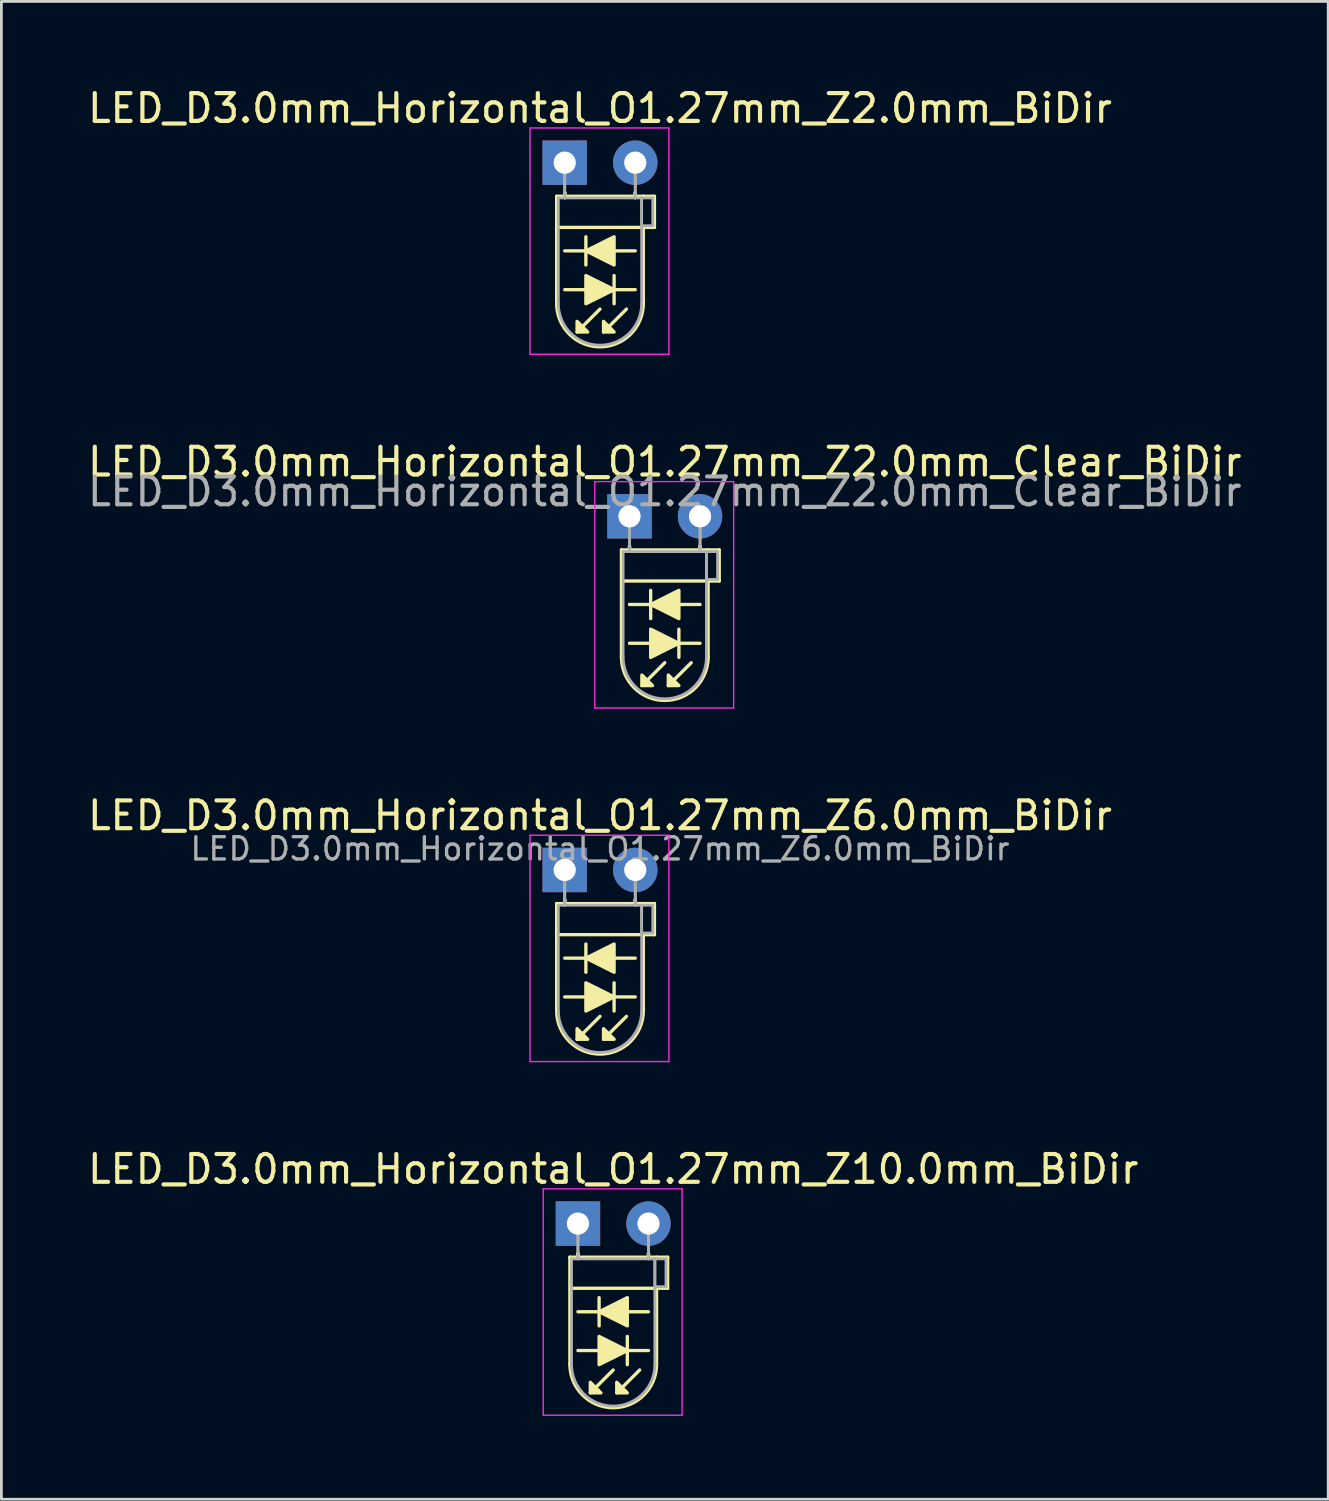
<source format=kicad_pcb>
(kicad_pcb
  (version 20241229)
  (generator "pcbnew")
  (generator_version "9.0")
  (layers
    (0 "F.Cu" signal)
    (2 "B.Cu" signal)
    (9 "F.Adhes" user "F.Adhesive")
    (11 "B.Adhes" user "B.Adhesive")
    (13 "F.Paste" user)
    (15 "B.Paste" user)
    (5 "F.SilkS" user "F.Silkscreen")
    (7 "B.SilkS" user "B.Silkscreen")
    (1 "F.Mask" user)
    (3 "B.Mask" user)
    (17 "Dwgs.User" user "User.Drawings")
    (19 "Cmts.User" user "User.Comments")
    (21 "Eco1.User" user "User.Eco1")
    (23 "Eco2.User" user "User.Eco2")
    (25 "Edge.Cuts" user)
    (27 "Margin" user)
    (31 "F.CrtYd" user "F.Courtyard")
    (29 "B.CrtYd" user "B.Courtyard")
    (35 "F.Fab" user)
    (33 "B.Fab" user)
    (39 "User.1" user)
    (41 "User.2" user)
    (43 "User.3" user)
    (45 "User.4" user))
  (footprint "LED_D3.0mm_Horizontal_O1.27mm_Z10.0mm_BiDir"
    (layer "F.Cu")
    (at 17.76 41.008)
    (property "Reference" "LED_D3.0mm_Horizontal_O1.27mm_Z10.0mm_BiDir" (at 1.27 -1.96 0) (layer "F.SilkS") (effects (font (size 1 1) (thickness 0.15))))
    (fp_line (start -0.29 1.21) (end -0.29 5.07) (stroke (width 0.12) (type solid)) (layer "F.SilkS"))
    (fp_line (start -0.29 1.21) (end 2.83 1.21) (stroke (width 0.12) (type solid)) (layer "F.SilkS"))
    (fp_line (start 0 1.08) (end 0 1.08) (stroke (width 0.12) (type solid)) (layer "F.SilkS"))
    (fp_line (start 0 1.08) (end 0 1.21) (stroke (width 0.12) (type solid)) (layer "F.SilkS"))
    (fp_line (start 0 1.21) (end 0 1.08) (stroke (width 0.12) (type solid)) (layer "F.SilkS"))
    (fp_line (start 0 1.21) (end 0 1.21) (stroke (width 0.12) (type solid)) (layer "F.SilkS"))
    (fp_line (start 0 4.572) (end 2.54 4.572) (stroke (width 0.12) (type solid)) (layer "F.SilkS"))
    (fp_line (start 0.762 2.667) (end 0.762 3.683) (stroke (width 0.12) (type solid)) (layer "F.SilkS"))
    (fp_line (start 1.27 5.271) (end 0.445 6.096) (stroke (width 0.12) (type solid)) (layer "F.SilkS"))
    (fp_line (start 1.778 5.08) (end 1.778 4.064) (stroke (width 0.12) (type solid)) (layer "F.SilkS"))
    (fp_line (start 2.223 5.271) (end 1.397 6.096) (stroke (width 0.12) (type solid)) (layer "F.SilkS"))
    (fp_line (start 2.54 1.08) (end 2.54 1.08) (stroke (width 0.12) (type solid)) (layer "F.SilkS"))
    (fp_line (start 2.54 1.08) (end 2.54 1.21) (stroke (width 0.12) (type solid)) (layer "F.SilkS"))
    (fp_line (start 2.54 1.21) (end 2.54 1.08) (stroke (width 0.12) (type solid)) (layer "F.SilkS"))
    (fp_line (start 2.54 1.21) (end 2.54 1.21) (stroke (width 0.12) (type solid)) (layer "F.SilkS"))
    (fp_line (start 2.54 3.175) (end 0 3.175) (stroke (width 0.12) (type solid)) (layer "F.SilkS"))
    (fp_line (start 2.83 1.21) (end 3.23 1.21) (stroke (width 0.12) (type solid)) (layer "F.SilkS"))
    (fp_line (start 2.83 2.33) (end 2.83 5.07) (stroke (width 0.12) (type solid)) (layer "F.SilkS"))
    (fp_line (start 3.23 1.21) (end 3.23 2.33) (stroke (width 0.12) (type solid)) (layer "F.SilkS"))
    (fp_line (start 3.23 2.33) (end -0.254 2.33) (stroke (width 0.12) (type solid)) (layer "F.SilkS"))
    (fp_arc (start 2.83 5.07) (mid 1.27 6.63) (end -0.29 5.07) (stroke (width 0.12) (type solid)) (layer "F.SilkS"))
    (fp_poly (pts (xy 0.445 5.715) (xy 0.826 6.096) (xy 0.445 6.096)) (stroke (width 0.12) (type solid)) (fill yes) (layer "F.SilkS"))
    (fp_poly (pts (xy 0.762 4.064) (xy 1.778 4.572) (xy 0.762 5.08)) (stroke (width 0.12) (type solid)) (fill yes) (layer "F.SilkS"))
    (fp_poly (pts (xy 1.397 5.715) (xy 1.778 6.096) (xy 1.397 6.096)) (stroke (width 0.12) (type solid)) (fill yes) (layer "F.SilkS"))
    (fp_poly (pts (xy 1.778 3.683) (xy 0.762 3.175) (xy 1.778 2.667)) (stroke (width 0.12) (type solid)) (fill yes) (layer "F.SilkS"))
    (fp_line (start -1.25 -1.25) (end -1.25 6.9) (stroke (width 0.05) (type solid)) (layer "F.CrtYd"))
    (fp_line (start -1.25 6.9) (end 3.75 6.9) (stroke (width 0.05) (type solid)) (layer "F.CrtYd"))
    (fp_line (start 3.75 -1.25) (end -1.25 -1.25) (stroke (width 0.05) (type solid)) (layer "F.CrtYd"))
    (fp_line (start 3.75 6.9) (end 3.75 -1.25) (stroke (width 0.05) (type solid)) (layer "F.CrtYd"))
    (fp_line (start -0.23 1.27) (end -0.23 5.07) (stroke (width 0.1) (type solid)) (layer "F.Fab"))
    (fp_line (start -0.23 1.27) (end 2.77 1.27) (stroke (width 0.1) (type solid)) (layer "F.Fab"))
    (fp_line (start 0 0) (end 0 0) (stroke (width 0.1) (type solid)) (layer "F.Fab"))
    (fp_line (start 0 0) (end 0 1.27) (stroke (width 0.1) (type solid)) (layer "F.Fab"))
    (fp_line (start 0 1.27) (end 0 0) (stroke (width 0.1) (type solid)) (layer "F.Fab"))
    (fp_line (start 0 1.27) (end 0 1.27) (stroke (width 0.1) (type solid)) (layer "F.Fab"))
    (fp_line (start 2.54 0) (end 2.54 0) (stroke (width 0.1) (type solid)) (layer "F.Fab"))
    (fp_line (start 2.54 0) (end 2.54 1.27) (stroke (width 0.1) (type solid)) (layer "F.Fab"))
    (fp_line (start 2.54 1.27) (end 2.54 0) (stroke (width 0.1) (type solid)) (layer "F.Fab"))
    (fp_line (start 2.54 1.27) (end 2.54 1.27) (stroke (width 0.1) (type solid)) (layer "F.Fab"))
    (fp_line (start 2.77 1.27) (end 2.77 5.07) (stroke (width 0.1) (type solid)) (layer "F.Fab"))
    (fp_line (start 2.77 1.27) (end 3.17 1.27) (stroke (width 0.1) (type solid)) (layer "F.Fab"))
    (fp_line (start 2.77 2.27) (end 2.77 1.27) (stroke (width 0.1) (type solid)) (layer "F.Fab"))
    (fp_line (start 3.17 1.27) (end 3.17 2.27) (stroke (width 0.1) (type solid)) (layer "F.Fab"))
    (fp_line (start 3.17 2.27) (end 2.77 2.27) (stroke (width 0.1) (type solid)) (layer "F.Fab"))
    (fp_arc (start 2.77 5.07) (mid 1.27 6.57) (end -0.23 5.07) (stroke (width 0.1) (type solid)) (layer "F.Fab"))
    (pad "1" thru_hole rect (at 0 0) (size 1.6 1.6) (drill 0.8) (layers "*.Cu" "*.Mask"))
    (pad "2" thru_hole circle (at 2.54 0) (size 1.6 1.6) (drill 0.8) (layers "*.Cu" "*.Mask")))
  (footprint "LED_D3.0mm_Horizontal_O1.27mm_Z6.0mm_BiDir"
    (layer "F.Cu")
    (at 17.284 28.275)
    (property "Reference" "LED_D3.0mm_Horizontal_O1.27mm_Z6.0mm_BiDir" (at 1.27 -1.96 0) (layer "F.SilkS") (effects (font (size 1 1) (thickness 0.15))))
    (fp_line (start -0.29 1.21) (end -0.29 5.07) (stroke (width 0.12) (type solid)) (layer "F.SilkS"))
    (fp_line (start -0.29 1.21) (end 2.83 1.21) (stroke (width 0.12) (type solid)) (layer "F.SilkS"))
    (fp_line (start 0 1.08) (end 0 1.08) (stroke (width 0.12) (type solid)) (layer "F.SilkS"))
    (fp_line (start 0 1.08) (end 0 1.21) (stroke (width 0.12) (type solid)) (layer "F.SilkS"))
    (fp_line (start 0 1.21) (end 0 1.08) (stroke (width 0.12) (type solid)) (layer "F.SilkS"))
    (fp_line (start 0 1.21) (end 0 1.21) (stroke (width 0.12) (type solid)) (layer "F.SilkS"))
    (fp_line (start 0 4.572) (end 2.54 4.572) (stroke (width 0.12) (type solid)) (layer "F.SilkS"))
    (fp_line (start 0.762 2.667) (end 0.762 3.683) (stroke (width 0.12) (type solid)) (layer "F.SilkS"))
    (fp_line (start 1.27 5.271) (end 0.445 6.096) (stroke (width 0.12) (type solid)) (layer "F.SilkS"))
    (fp_line (start 1.778 5.08) (end 1.778 4.064) (stroke (width 0.12) (type solid)) (layer "F.SilkS"))
    (fp_line (start 2.223 5.271) (end 1.397 6.096) (stroke (width 0.12) (type solid)) (layer "F.SilkS"))
    (fp_line (start 2.54 1.08) (end 2.54 1.08) (stroke (width 0.12) (type solid)) (layer "F.SilkS"))
    (fp_line (start 2.54 1.08) (end 2.54 1.21) (stroke (width 0.12) (type solid)) (layer "F.SilkS"))
    (fp_line (start 2.54 1.21) (end 2.54 1.08) (stroke (width 0.12) (type solid)) (layer "F.SilkS"))
    (fp_line (start 2.54 1.21) (end 2.54 1.21) (stroke (width 0.12) (type solid)) (layer "F.SilkS"))
    (fp_line (start 2.54 3.175) (end 0 3.175) (stroke (width 0.12) (type solid)) (layer "F.SilkS"))
    (fp_line (start 2.83 1.21) (end 3.23 1.21) (stroke (width 0.12) (type solid)) (layer "F.SilkS"))
    (fp_line (start 2.83 2.33) (end 2.83 5.07) (stroke (width 0.12) (type solid)) (layer "F.SilkS"))
    (fp_line (start 3.23 1.21) (end 3.23 2.33) (stroke (width 0.12) (type solid)) (layer "F.SilkS"))
    (fp_line (start 3.23 2.33) (end -0.254 2.33) (stroke (width 0.12) (type solid)) (layer "F.SilkS"))
    (fp_arc (start 2.83 5.07) (mid 1.27 6.63) (end -0.29 5.07) (stroke (width 0.12) (type solid)) (layer "F.SilkS"))
    (fp_poly (pts (xy 0.445 5.715) (xy 0.826 6.096) (xy 0.445 6.096)) (stroke (width 0.12) (type solid)) (fill yes) (layer "F.SilkS"))
    (fp_poly (pts (xy 0.762 4.064) (xy 1.778 4.572) (xy 0.762 5.08)) (stroke (width 0.12) (type solid)) (fill yes) (layer "F.SilkS"))
    (fp_poly (pts (xy 1.397 5.715) (xy 1.778 6.096) (xy 1.397 6.096)) (stroke (width 0.12) (type solid)) (fill yes) (layer "F.SilkS"))
    (fp_poly (pts (xy 1.778 3.683) (xy 0.762 3.175) (xy 1.778 2.667)) (stroke (width 0.12) (type solid)) (fill yes) (layer "F.SilkS"))
    (fp_line (start -1.25 -1.25) (end -1.25 6.9) (stroke (width 0.05) (type solid)) (layer "F.CrtYd"))
    (fp_line (start -1.25 6.9) (end 3.75 6.9) (stroke (width 0.05) (type solid)) (layer "F.CrtYd"))
    (fp_line (start 3.75 -1.25) (end -1.25 -1.25) (stroke (width 0.05) (type solid)) (layer "F.CrtYd"))
    (fp_line (start 3.75 6.9) (end 3.75 -1.25) (stroke (width 0.05) (type solid)) (layer "F.CrtYd"))
    (fp_line (start -0.23 1.27) (end -0.23 5.07) (stroke (width 0.1) (type solid)) (layer "F.Fab"))
    (fp_line (start -0.23 1.27) (end 2.77 1.27) (stroke (width 0.1) (type solid)) (layer "F.Fab"))
    (fp_line (start 0 0) (end 0 0) (stroke (width 0.1) (type solid)) (layer "F.Fab"))
    (fp_line (start 0 0) (end 0 1.27) (stroke (width 0.1) (type solid)) (layer "F.Fab"))
    (fp_line (start 0 1.27) (end 0 0) (stroke (width 0.1) (type solid)) (layer "F.Fab"))
    (fp_line (start 0 1.27) (end 0 1.27) (stroke (width 0.1) (type solid)) (layer "F.Fab"))
    (fp_line (start 2.54 0) (end 2.54 0) (stroke (width 0.1) (type solid)) (layer "F.Fab"))
    (fp_line (start 2.54 0) (end 2.54 1.27) (stroke (width 0.1) (type solid)) (layer "F.Fab"))
    (fp_line (start 2.54 1.27) (end 2.54 0) (stroke (width 0.1) (type solid)) (layer "F.Fab"))
    (fp_line (start 2.54 1.27) (end 2.54 1.27) (stroke (width 0.1) (type solid)) (layer "F.Fab"))
    (fp_line (start 2.77 1.27) (end 2.77 5.07) (stroke (width 0.1) (type solid)) (layer "F.Fab"))
    (fp_line (start 2.77 1.27) (end 3.17 1.27) (stroke (width 0.1) (type solid)) (layer "F.Fab"))
    (fp_line (start 2.77 2.27) (end 2.77 1.27) (stroke (width 0.1) (type solid)) (layer "F.Fab"))
    (fp_line (start 3.17 1.27) (end 3.17 2.27) (stroke (width 0.1) (type solid)) (layer "F.Fab"))
    (fp_line (start 3.17 2.27) (end 2.77 2.27) (stroke (width 0.1) (type solid)) (layer "F.Fab"))
    (fp_arc (start 2.77 5.07) (mid 1.27 6.57) (end -0.23 5.07) (stroke (width 0.1) (type solid)) (layer "F.Fab"))
    (fp_text user "${REFERENCE}" (at 1.27 -0.762 0) (layer "F.Fab") (effects (font (size 0.8 0.8) (thickness 0.12))))
    (pad "1" thru_hole rect (at 0 0) (size 1.6 1.6) (drill 0.8) (layers "*.Cu" "*.Mask"))
    (pad "2" thru_hole circle (at 2.54 0) (size 1.6 1.6) (drill 0.8) (layers "*.Cu" "*.Mask")))
  (footprint "LED_D3.0mm_Horizontal_O1.27mm_Z2.0mm_BiDir"
    (layer "F.Cu")
    (at 17.284 2.808)
    (property "Reference" "LED_D3.0mm_Horizontal_O1.27mm_Z2.0mm_BiDir" (at 1.27 -1.96 0) (layer "F.SilkS") (effects (font (size 1 1) (thickness 0.15))))
    (fp_line (start -0.29 1.21) (end -0.29 5.07) (stroke (width 0.12) (type solid)) (layer "F.SilkS"))
    (fp_line (start -0.29 1.21) (end 2.83 1.21) (stroke (width 0.12) (type solid)) (layer "F.SilkS"))
    (fp_line (start 0 1.08) (end 0 1.08) (stroke (width 0.12) (type solid)) (layer "F.SilkS"))
    (fp_line (start 0 1.08) (end 0 1.21) (stroke (width 0.12) (type solid)) (layer "F.SilkS"))
    (fp_line (start 0 1.21) (end 0 1.08) (stroke (width 0.12) (type solid)) (layer "F.SilkS"))
    (fp_line (start 0 1.21) (end 0 1.21) (stroke (width 0.12) (type solid)) (layer "F.SilkS"))
    (fp_line (start 0 4.572) (end 2.54 4.572) (stroke (width 0.12) (type solid)) (layer "F.SilkS"))
    (fp_line (start 0.762 2.667) (end 0.762 3.683) (stroke (width 0.12) (type solid)) (layer "F.SilkS"))
    (fp_line (start 1.27 5.271) (end 0.445 6.096) (stroke (width 0.12) (type solid)) (layer "F.SilkS"))
    (fp_line (start 1.778 5.08) (end 1.778 4.064) (stroke (width 0.12) (type solid)) (layer "F.SilkS"))
    (fp_line (start 2.223 5.271) (end 1.397 6.096) (stroke (width 0.12) (type solid)) (layer "F.SilkS"))
    (fp_line (start 2.54 1.08) (end 2.54 1.08) (stroke (width 0.12) (type solid)) (layer "F.SilkS"))
    (fp_line (start 2.54 1.08) (end 2.54 1.21) (stroke (width 0.12) (type solid)) (layer "F.SilkS"))
    (fp_line (start 2.54 1.21) (end 2.54 1.08) (stroke (width 0.12) (type solid)) (layer "F.SilkS"))
    (fp_line (start 2.54 1.21) (end 2.54 1.21) (stroke (width 0.12) (type solid)) (layer "F.SilkS"))
    (fp_line (start 2.54 3.175) (end 0 3.175) (stroke (width 0.12) (type solid)) (layer "F.SilkS"))
    (fp_line (start 2.83 1.21) (end 3.23 1.21) (stroke (width 0.12) (type solid)) (layer "F.SilkS"))
    (fp_line (start 2.83 2.33) (end 2.83 5.07) (stroke (width 0.12) (type solid)) (layer "F.SilkS"))
    (fp_line (start 3.23 1.21) (end 3.23 2.33) (stroke (width 0.12) (type solid)) (layer "F.SilkS"))
    (fp_line (start 3.23 2.33) (end -0.254 2.33) (stroke (width 0.12) (type solid)) (layer "F.SilkS"))
    (fp_arc (start 2.83 5.07) (mid 1.27 6.63) (end -0.29 5.07) (stroke (width 0.12) (type solid)) (layer "F.SilkS"))
    (fp_poly (pts (xy 0.445 5.715) (xy 0.826 6.096) (xy 0.445 6.096)) (stroke (width 0.12) (type solid)) (fill yes) (layer "F.SilkS"))
    (fp_poly (pts (xy 0.762 4.064) (xy 1.778 4.572) (xy 0.762 5.08)) (stroke (width 0.12) (type solid)) (fill yes) (layer "F.SilkS"))
    (fp_poly (pts (xy 1.397 5.715) (xy 1.778 6.096) (xy 1.397 6.096)) (stroke (width 0.12) (type solid)) (fill yes) (layer "F.SilkS"))
    (fp_poly (pts (xy 1.778 3.683) (xy 0.762 3.175) (xy 1.778 2.667)) (stroke (width 0.12) (type solid)) (fill yes) (layer "F.SilkS"))
    (fp_line (start -1.25 -1.25) (end -1.25 6.9) (stroke (width 0.05) (type solid)) (layer "F.CrtYd"))
    (fp_line (start -1.25 6.9) (end 3.75 6.9) (stroke (width 0.05) (type solid)) (layer "F.CrtYd"))
    (fp_line (start 3.75 -1.25) (end -1.25 -1.25) (stroke (width 0.05) (type solid)) (layer "F.CrtYd"))
    (fp_line (start 3.75 6.9) (end 3.75 -1.25) (stroke (width 0.05) (type solid)) (layer "F.CrtYd"))
    (fp_line (start -0.23 1.27) (end -0.23 5.07) (stroke (width 0.1) (type solid)) (layer "F.Fab"))
    (fp_line (start -0.23 1.27) (end 2.77 1.27) (stroke (width 0.1) (type solid)) (layer "F.Fab"))
    (fp_line (start 0 0) (end 0 0) (stroke (width 0.1) (type solid)) (layer "F.Fab"))
    (fp_line (start 0 0) (end 0 1.27) (stroke (width 0.1) (type solid)) (layer "F.Fab"))
    (fp_line (start 0 1.27) (end 0 0) (stroke (width 0.1) (type solid)) (layer "F.Fab"))
    (fp_line (start 0 1.27) (end 0 1.27) (stroke (width 0.1) (type solid)) (layer "F.Fab"))
    (fp_line (start 2.54 0) (end 2.54 0) (stroke (width 0.1) (type solid)) (layer "F.Fab"))
    (fp_line (start 2.54 0) (end 2.54 1.27) (stroke (width 0.1) (type solid)) (layer "F.Fab"))
    (fp_line (start 2.54 1.27) (end 2.54 0) (stroke (width 0.1) (type solid)) (layer "F.Fab"))
    (fp_line (start 2.54 1.27) (end 2.54 1.27) (stroke (width 0.1) (type solid)) (layer "F.Fab"))
    (fp_line (start 2.77 1.27) (end 2.77 5.07) (stroke (width 0.1) (type solid)) (layer "F.Fab"))
    (fp_line (start 2.77 1.27) (end 3.17 1.27) (stroke (width 0.1) (type solid)) (layer "F.Fab"))
    (fp_line (start 2.77 2.27) (end 2.77 1.27) (stroke (width 0.1) (type solid)) (layer "F.Fab"))
    (fp_line (start 3.17 1.27) (end 3.17 2.27) (stroke (width 0.1) (type solid)) (layer "F.Fab"))
    (fp_line (start 3.17 2.27) (end 2.77 2.27) (stroke (width 0.1) (type solid)) (layer "F.Fab"))
    (fp_arc (start 2.77 5.07) (mid 1.27 6.57) (end -0.23 5.07) (stroke (width 0.1) (type solid)) (layer "F.Fab"))
    (pad "1" thru_hole rect (at 0 0) (size 1.6 1.6) (drill 0.8) (layers "*.Cu" "*.Mask"))
    (pad "2" thru_hole oval (at 2.54 0) (size 1.6 1.6) (drill 0.8) (layers "*.Cu" "*.Mask")))
  (footprint "LED_D3.0mm_Horizontal_O1.27mm_Z2.0mm_Clear_BiDir"
    (layer "F.Cu")
    (at 19.617 15.541)
    (property "Reference" "LED_D3.0mm_Horizontal_O1.27mm_Z2.0mm_Clear_BiDir" (at 1.27 -1.96 0) (layer "F.SilkS") (effects (font (size 1 1) (thickness 0.15))))
    (fp_line (start -0.29 1.21) (end -0.29 5.07) (stroke (width 0.12) (type solid)) (layer "F.SilkS"))
    (fp_line (start -0.29 1.21) (end 2.83 1.21) (stroke (width 0.12) (type solid)) (layer "F.SilkS"))
    (fp_line (start 0 1.08) (end 0 1.08) (stroke (width 0.12) (type solid)) (layer "F.SilkS"))
    (fp_line (start 0 1.08) (end 0 1.21) (stroke (width 0.12) (type solid)) (layer "F.SilkS"))
    (fp_line (start 0 1.21) (end 0 1.08) (stroke (width 0.12) (type solid)) (layer "F.SilkS"))
    (fp_line (start 0 1.21) (end 0 1.21) (stroke (width 0.12) (type solid)) (layer "F.SilkS"))
    (fp_line (start 0 4.572) (end 2.54 4.572) (stroke (width 0.12) (type solid)) (layer "F.SilkS"))
    (fp_line (start 0.762 2.667) (end 0.762 3.683) (stroke (width 0.12) (type solid)) (layer "F.SilkS"))
    (fp_line (start 1.27 5.271) (end 0.445 6.096) (stroke (width 0.12) (type solid)) (layer "F.SilkS"))
    (fp_line (start 1.778 5.08) (end 1.778 4.064) (stroke (width 0.12) (type solid)) (layer "F.SilkS"))
    (fp_line (start 2.223 5.271) (end 1.397 6.096) (stroke (width 0.12) (type solid)) (layer "F.SilkS"))
    (fp_line (start 2.54 1.08) (end 2.54 1.08) (stroke (width 0.12) (type solid)) (layer "F.SilkS"))
    (fp_line (start 2.54 1.08) (end 2.54 1.21) (stroke (width 0.12) (type solid)) (layer "F.SilkS"))
    (fp_line (start 2.54 1.21) (end 2.54 1.08) (stroke (width 0.12) (type solid)) (layer "F.SilkS"))
    (fp_line (start 2.54 1.21) (end 2.54 1.21) (stroke (width 0.12) (type solid)) (layer "F.SilkS"))
    (fp_line (start 2.54 3.175) (end 0 3.175) (stroke (width 0.12) (type solid)) (layer "F.SilkS"))
    (fp_line (start 2.83 1.21) (end 3.23 1.21) (stroke (width 0.12) (type solid)) (layer "F.SilkS"))
    (fp_line (start 2.83 2.33) (end 2.83 5.07) (stroke (width 0.12) (type solid)) (layer "F.SilkS"))
    (fp_line (start 3.23 1.21) (end 3.23 2.33) (stroke (width 0.12) (type solid)) (layer "F.SilkS"))
    (fp_line (start 3.23 2.33) (end -0.254 2.33) (stroke (width 0.12) (type solid)) (layer "F.SilkS"))
    (fp_arc (start 2.83 5.07) (mid 1.27 6.63) (end -0.29 5.07) (stroke (width 0.12) (type solid)) (layer "F.SilkS"))
    (fp_poly (pts (xy 0.445 5.715) (xy 0.826 6.096) (xy 0.445 6.096)) (stroke (width 0.12) (type solid)) (fill yes) (layer "F.SilkS"))
    (fp_poly (pts (xy 0.762 4.064) (xy 1.778 4.572) (xy 0.762 5.08)) (stroke (width 0.12) (type solid)) (fill yes) (layer "F.SilkS"))
    (fp_poly (pts (xy 1.397 5.715) (xy 1.778 6.096) (xy 1.397 6.096)) (stroke (width 0.12) (type solid)) (fill yes) (layer "F.SilkS"))
    (fp_poly (pts (xy 1.778 3.683) (xy 0.762 3.175) (xy 1.778 2.667)) (stroke (width 0.12) (type solid)) (fill yes) (layer "F.SilkS"))
    (fp_line (start -1.25 -1.25) (end -1.25 6.9) (stroke (width 0.05) (type solid)) (layer "F.CrtYd"))
    (fp_line (start -1.25 6.9) (end 3.75 6.9) (stroke (width 0.05) (type solid)) (layer "F.CrtYd"))
    (fp_line (start 3.75 -1.25) (end -1.25 -1.25) (stroke (width 0.05) (type solid)) (layer "F.CrtYd"))
    (fp_line (start 3.75 6.9) (end 3.75 -1.25) (stroke (width 0.05) (type solid)) (layer "F.CrtYd"))
    (fp_line (start -0.23 1.27) (end -0.23 5.07) (stroke (width 0.1) (type solid)) (layer "F.Fab"))
    (fp_line (start -0.23 1.27) (end 2.77 1.27) (stroke (width 0.1) (type solid)) (layer "F.Fab"))
    (fp_line (start 0 0) (end 0 0) (stroke (width 0.1) (type solid)) (layer "F.Fab"))
    (fp_line (start 0 0) (end 0 1.27) (stroke (width 0.1) (type solid)) (layer "F.Fab"))
    (fp_line (start 0 1.27) (end 0 0) (stroke (width 0.1) (type solid)) (layer "F.Fab"))
    (fp_line (start 0 1.27) (end 0 1.27) (stroke (width 0.1) (type solid)) (layer "F.Fab"))
    (fp_line (start 2.54 0) (end 2.54 0) (stroke (width 0.1) (type solid)) (layer "F.Fab"))
    (fp_line (start 2.54 0) (end 2.54 1.27) (stroke (width 0.1) (type solid)) (layer "F.Fab"))
    (fp_line (start 2.54 1.27) (end 2.54 0) (stroke (width 0.1) (type solid)) (layer "F.Fab"))
    (fp_line (start 2.54 1.27) (end 2.54 1.27) (stroke (width 0.1) (type solid)) (layer "F.Fab"))
    (fp_line (start 2.77 1.27) (end 2.77 5.07) (stroke (width 0.1) (type solid)) (layer "F.Fab"))
    (fp_line (start 2.77 1.27) (end 3.17 1.27) (stroke (width 0.1) (type solid)) (layer "F.Fab"))
    (fp_line (start 2.77 2.27) (end 2.77 1.27) (stroke (width 0.1) (type solid)) (layer "F.Fab"))
    (fp_line (start 3.17 1.27) (end 3.17 2.27) (stroke (width 0.1) (type solid)) (layer "F.Fab"))
    (fp_line (start 3.17 2.27) (end 2.77 2.27) (stroke (width 0.1) (type solid)) (layer "F.Fab"))
    (fp_arc (start 2.77 5.07) (mid 1.27 6.57) (end -0.23 5.07) (stroke (width 0.1) (type solid)) (layer "F.Fab"))
    (fp_text user "${REFERENCE}" (at 1.27 -0.889 0) (layer "F.Fab") (effects (font (size 1 1) (thickness 0.15))))
    (pad "1" thru_hole rect (at 0 0) (size 1.6 1.6) (drill 0.8) (layers "*.Cu" "*.Mask"))
    (pad "2" thru_hole oval (at 2.54 0) (size 1.6 1.6) (drill 0.8) (layers "*.Cu" "*.Mask")))
  (gr_rect
    (start -3 -3)
    (end 44.774 50.933)
    (stroke (width 0.1) (type default))
    (fill no)
    (layer "Edge.Cuts")))
</source>
